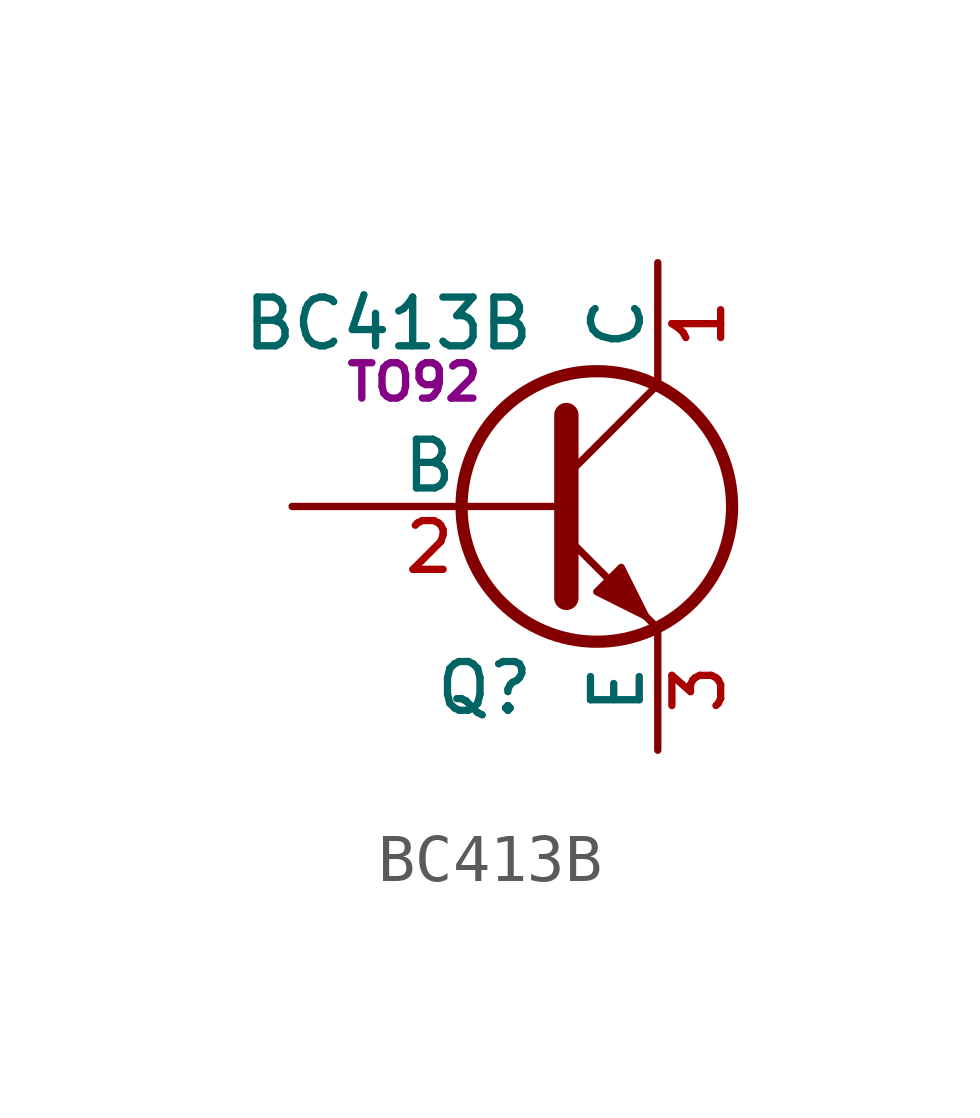
<source format=kicad_sym>
(kicad_symbol_lib
  (version 20241209)
  (generator "kicad_symbol_editor")
  (generator_version "9.0")
  (symbol "BC413B"
    (pin_names
      (offset 0))
    (property "Reference" "Q"
      (at 0 -3.785 0)
      (effects (font (size 1.016 1.016)) (justify right)))
    (property "Value" "BC413B"
      (at 0 3.81 0)
      (effects (font (size 1.016 1.016)) (justify right)))
    (property "Footprint" "TO92"
      (at -2.54 2.591 0)
      (effects (font (size 0.737 0.737))))
    (property "Datasheet" ""
      (at 0 0 0)
      (effects (font (size 1.524 1.524))))
    (symbol "BC413B_0_1"
      (polyline (pts (xy 0.635 1.905) (xy 0.635 -1.905) (xy 0.635 -1.905)) (stroke (width 0.508) (type solid)) (fill (type none)))
      (polyline (pts (xy 0.635 0.635) (xy 2.54 2.54)) (stroke (width 0) (type solid)) (fill (type none)))
      (polyline (pts (xy 0.635 -0.635) (xy 2.54 -2.54) (xy 2.54 -2.54)) (stroke (width 0) (type solid)) (fill (type none)))
      (circle (center 1.27 0) (radius 2.819) (stroke (width 0.254) (type solid)) (fill (type none)))
      (polyline (pts (xy 1.27 -1.778) (xy 1.778 -1.27) (xy 2.286 -2.286) (xy 1.27 -1.778) (xy 1.27 -1.778)) (stroke (width 0) (type solid)) (fill (type outline))))
    (symbol "BC413B_1_1"
      (pin input line (at -5.08 0 0) (length 5.715) (name "B" (effects (font (size 1.016 1.016)))) (number "2" (effects (font (size 1.016 1.016)))))
      (pin passive line (at 2.54 5.08 270) (length 2.54) (name "C" (effects (font (size 1.016 1.016)))) (number "1" (effects (font (size 1.016 1.016)))))
      (pin passive line (at 2.54 -5.08 90) (length 2.54) (name "E" (effects (font (size 1.016 1.016)))) (number "3" (effects (font (size 1.016 1.016))))))))
</source>
